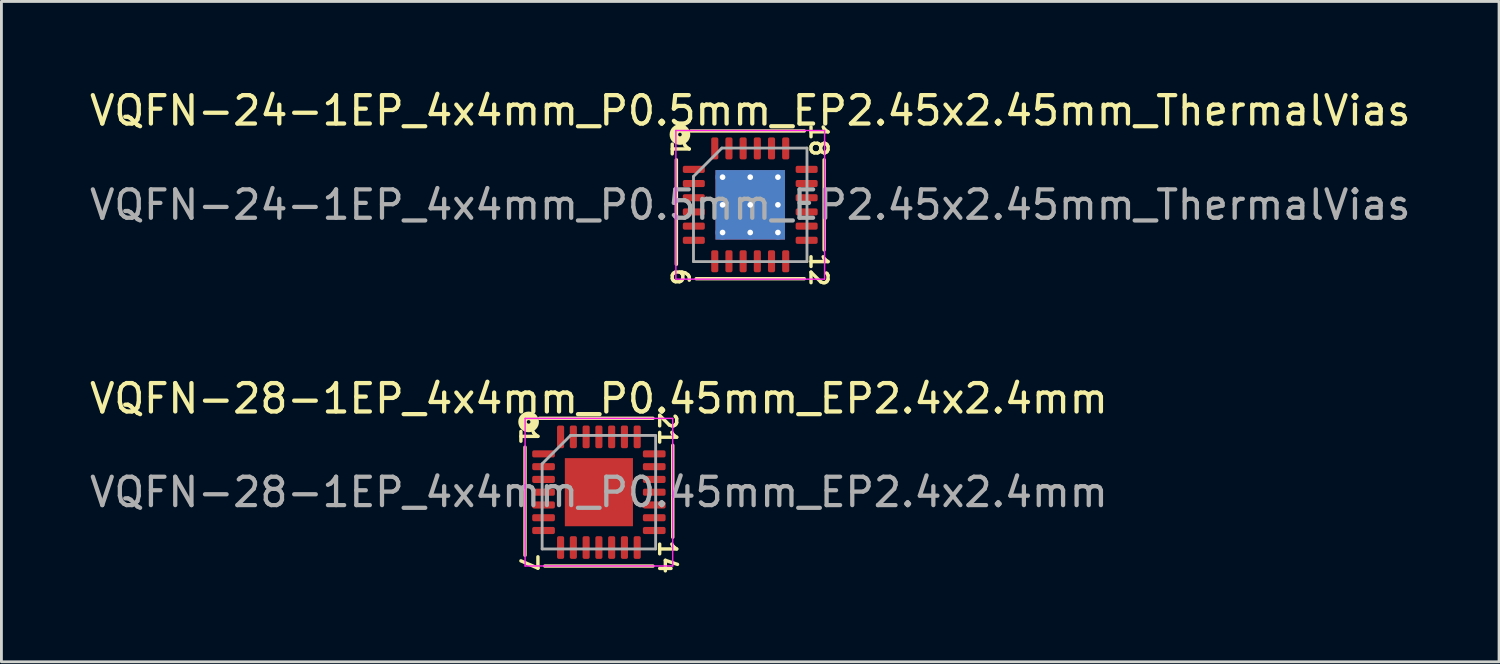
<source format=kicad_pcb>
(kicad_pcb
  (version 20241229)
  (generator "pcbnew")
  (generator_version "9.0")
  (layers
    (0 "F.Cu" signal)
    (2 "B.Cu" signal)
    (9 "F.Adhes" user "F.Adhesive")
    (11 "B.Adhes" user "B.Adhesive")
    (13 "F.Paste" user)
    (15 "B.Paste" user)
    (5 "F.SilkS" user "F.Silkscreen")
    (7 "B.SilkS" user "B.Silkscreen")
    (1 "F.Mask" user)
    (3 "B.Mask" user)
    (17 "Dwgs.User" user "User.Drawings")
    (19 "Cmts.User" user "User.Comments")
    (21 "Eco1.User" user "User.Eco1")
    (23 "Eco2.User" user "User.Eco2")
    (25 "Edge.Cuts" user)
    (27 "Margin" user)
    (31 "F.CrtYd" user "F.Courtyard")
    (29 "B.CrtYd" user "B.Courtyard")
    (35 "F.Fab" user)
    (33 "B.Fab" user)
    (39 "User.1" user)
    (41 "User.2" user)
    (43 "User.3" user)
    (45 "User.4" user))
  (footprint "VQFN-28-1EP_4x4mm_P0.45mm_EP2.4x2.4mm"
    (layer "F.Cu")
    (at 18.054 14.294)
    (property "Reference" "VQFN-28-1EP_4x4mm_P0.45mm_EP2.4x2.4mm" (at 0 -3.3 0) (layer "F.SilkS") (effects (font (size 1 1) (thickness 0.15))))
    (attr smd)
    (fp_line (start -2.603 -1.587) (end -2.603 2.223) (stroke (width 0.12) (type solid)) (layer "F.SilkS"))
    (fp_line (start -1.905 2.603) (end 1.905 2.603) (stroke (width 0.12) (type solid)) (layer "F.SilkS"))
    (fp_line (start 1.905 -2.603) (end -2.095 -2.603) (stroke (width 0.12) (type solid)) (layer "F.SilkS"))
    (fp_line (start 2.603 1.587) (end 2.603 -1.651) (stroke (width 0.12) (type solid)) (layer "F.SilkS"))
    (fp_circle (center -2.477 -2.477) (end -2.413 -2.477) (stroke (width 0.3) (type solid)) (fill no) (layer "F.SilkS"))
    (fp_line (start -2.6 -2.6) (end -2.6 2.6) (stroke (width 0.05) (type solid)) (layer "F.CrtYd"))
    (fp_line (start -2.6 2.6) (end 2.6 2.6) (stroke (width 0.05) (type solid)) (layer "F.CrtYd"))
    (fp_line (start 2.6 -2.6) (end -2.6 -2.6) (stroke (width 0.05) (type solid)) (layer "F.CrtYd"))
    (fp_line (start 2.6 2.6) (end 2.6 -2.6) (stroke (width 0.05) (type solid)) (layer "F.CrtYd"))
    (fp_line (start -2 -1) (end -1 -2) (stroke (width 0.1) (type solid)) (layer "F.Fab"))
    (fp_line (start -2 2) (end -2 -1) (stroke (width 0.1) (type solid)) (layer "F.Fab"))
    (fp_line (start -1 -2) (end 2 -2) (stroke (width 0.1) (type solid)) (layer "F.Fab"))
    (fp_line (start 2 -2) (end 2 2) (stroke (width 0.1) (type solid)) (layer "F.Fab"))
    (fp_line (start 2 2) (end -2 2) (stroke (width 0.1) (type solid)) (layer "F.Fab"))
    (fp_text user "14" (at 2.413 2.286 270) (unlocked yes) (layer "F.SilkS") (effects (font (size 0.6 0.6) (thickness 0.12))))
    (fp_text user "1" (at -2.477 -1.968 270) (unlocked yes) (layer "F.SilkS") (effects (font (size 0.6 0.6) (thickness 0.12))))
    (fp_text user "21" (at 2.413 -2.223 270) (unlocked yes) (layer "F.SilkS") (effects (font (size 0.6 0.6) (thickness 0.12))))
    (fp_text user "7" (at -2.477 2.477 270) (unlocked yes) (layer "F.SilkS") (effects (font (size 0.6 0.6) (thickness 0.12))))
    (fp_text user "${REFERENCE}" (at 0 0 0) (layer "F.Fab") (effects (font (size 1 1) (thickness 0.15))))
    (pad "" smd roundrect (at -0.6 -0.6) (size 0.97 0.97) (layers "F.Paste") (roundrect_rratio 0.25))
    (pad "" smd roundrect (at -0.6 0.6) (size 0.97 0.97) (layers "F.Paste") (roundrect_rratio 0.25))
    (pad "" smd roundrect (at 0.6 -0.6) (size 0.97 0.97) (layers "F.Paste") (roundrect_rratio 0.25))
    (pad "" smd roundrect (at 0.6 0.6) (size 0.97 0.97) (layers "F.Paste") (roundrect_rratio 0.25))
    (pad "1" smd roundrect (at -1.95 -1.35) (size 0.8 0.25) (layers "F.Cu" "F.Mask" "F.Paste") (roundrect_rratio 0.25))
    (pad "2" smd roundrect (at -1.95 -0.9) (size 0.8 0.25) (layers "F.Cu" "F.Mask" "F.Paste") (roundrect_rratio 0.25))
    (pad "3" smd roundrect (at -1.95 -0.45) (size 0.8 0.25) (layers "F.Cu" "F.Mask" "F.Paste") (roundrect_rratio 0.25))
    (pad "4" smd roundrect (at -1.95 0) (size 0.8 0.25) (layers "F.Cu" "F.Mask" "F.Paste") (roundrect_rratio 0.25))
    (pad "5" smd roundrect (at -1.95 0.45) (size 0.8 0.25) (layers "F.Cu" "F.Mask" "F.Paste") (roundrect_rratio 0.25))
    (pad "6" smd roundrect (at -1.95 0.9) (size 0.8 0.25) (layers "F.Cu" "F.Mask" "F.Paste") (roundrect_rratio 0.25))
    (pad "7" smd roundrect (at -1.95 1.35) (size 0.8 0.25) (layers "F.Cu" "F.Mask" "F.Paste") (roundrect_rratio 0.25))
    (pad "8" smd roundrect (at -1.35 1.95) (size 0.25 0.8) (layers "F.Cu" "F.Mask" "F.Paste") (roundrect_rratio 0.25))
    (pad "9" smd roundrect (at -0.9 1.95) (size 0.25 0.8) (layers "F.Cu" "F.Mask" "F.Paste") (roundrect_rratio 0.25))
    (pad "10" smd roundrect (at -0.45 1.95) (size 0.25 0.8) (layers "F.Cu" "F.Mask" "F.Paste") (roundrect_rratio 0.25))
    (pad "11" smd roundrect (at 0 1.95) (size 0.25 0.8) (layers "F.Cu" "F.Mask" "F.Paste") (roundrect_rratio 0.25))
    (pad "12" smd roundrect (at 0.45 1.95) (size 0.25 0.8) (layers "F.Cu" "F.Mask" "F.Paste") (roundrect_rratio 0.25))
    (pad "13" smd roundrect (at 0.9 1.95) (size 0.25 0.8) (layers "F.Cu" "F.Mask" "F.Paste") (roundrect_rratio 0.25))
    (pad "14" smd roundrect (at 1.35 1.95) (size 0.25 0.8) (layers "F.Cu" "F.Mask" "F.Paste") (roundrect_rratio 0.25))
    (pad "15" smd roundrect (at 1.95 1.35) (size 0.8 0.25) (layers "F.Cu" "F.Mask" "F.Paste") (roundrect_rratio 0.25))
    (pad "16" smd roundrect (at 1.95 0.9) (size 0.8 0.25) (layers "F.Cu" "F.Mask" "F.Paste") (roundrect_rratio 0.25))
    (pad "17" smd roundrect (at 1.95 0.45) (size 0.8 0.25) (layers "F.Cu" "F.Mask" "F.Paste") (roundrect_rratio 0.25))
    (pad "18" smd roundrect (at 1.95 0) (size 0.8 0.25) (layers "F.Cu" "F.Mask" "F.Paste") (roundrect_rratio 0.25))
    (pad "19" smd roundrect (at 1.95 -0.45) (size 0.8 0.25) (layers "F.Cu" "F.Mask" "F.Paste") (roundrect_rratio 0.25))
    (pad "20" smd roundrect (at 1.95 -0.9) (size 0.8 0.25) (layers "F.Cu" "F.Mask" "F.Paste") (roundrect_rratio 0.25))
    (pad "21" smd roundrect (at 1.95 -1.35) (size 0.8 0.25) (layers "F.Cu" "F.Mask" "F.Paste") (roundrect_rratio 0.25))
    (pad "22" smd roundrect (at 1.35 -1.95) (size 0.25 0.8) (layers "F.Cu" "F.Mask" "F.Paste") (roundrect_rratio 0.25))
    (pad "23" smd roundrect (at 0.9 -1.95) (size 0.25 0.8) (layers "F.Cu" "F.Mask" "F.Paste") (roundrect_rratio 0.25))
    (pad "24" smd roundrect (at 0.45 -1.95) (size 0.25 0.8) (layers "F.Cu" "F.Mask" "F.Paste") (roundrect_rratio 0.25))
    (pad "25" smd roundrect (at 0 -1.95) (size 0.25 0.8) (layers "F.Cu" "F.Mask" "F.Paste") (roundrect_rratio 0.25))
    (pad "26" smd roundrect (at -0.45 -1.95) (size 0.25 0.8) (layers "F.Cu" "F.Mask" "F.Paste") (roundrect_rratio 0.25))
    (pad "27" smd roundrect (at -0.9 -1.95) (size 0.25 0.8) (layers "F.Cu" "F.Mask" "F.Paste") (roundrect_rratio 0.25))
    (pad "28" smd roundrect (at -1.35 -1.95) (size 0.25 0.8) (layers "F.Cu" "F.Mask" "F.Paste") (roundrect_rratio 0.25))
    (pad "29" smd rect (at 0 0) (size 2.4 2.4) (layers "F.Cu" "F.Mask")))
  (footprint "VQFN-24-1EP_4x4mm_P0.5mm_EP2.45x2.45mm_ThermalVias"
    (layer "F.Cu")
    (at 23.387 4.168)
    (property "Reference" "VQFN-24-1EP_4x4mm_P0.5mm_EP2.45x2.45mm_ThermalVias" (at 0 -3.32 0) (layer "F.SilkS") (effects (font (size 1 1) (thickness 0.15))))
    (attr smd)
    (fp_line (start -2.603 -1.587) (end -2.603 2.095) (stroke (width 0.12) (type solid)) (layer "F.SilkS"))
    (fp_line (start -1.905 2.603) (end 1.905 2.603) (stroke (width 0.12) (type solid)) (layer "F.SilkS"))
    (fp_line (start 1.905 -2.603) (end -2.095 -2.603) (stroke (width 0.12) (type solid)) (layer "F.SilkS"))
    (fp_line (start 2.603 1.587) (end 2.603 -1.587) (stroke (width 0.12) (type solid)) (layer "F.SilkS"))
    (fp_circle (center -2.477 -2.477) (end -2.413 -2.477) (stroke (width 0.3) (type solid)) (fill no) (layer "F.SilkS"))
    (fp_line (start -2.62 -2.62) (end -2.62 2.62) (stroke (width 0.05) (type solid)) (layer "F.CrtYd"))
    (fp_line (start -2.62 2.62) (end 2.62 2.62) (stroke (width 0.05) (type solid)) (layer "F.CrtYd"))
    (fp_line (start 2.62 -2.62) (end -2.62 -2.62) (stroke (width 0.05) (type solid)) (layer "F.CrtYd"))
    (fp_line (start 2.62 2.62) (end 2.62 -2.62) (stroke (width 0.05) (type solid)) (layer "F.CrtYd"))
    (fp_line (start -2 -1) (end -1 -2) (stroke (width 0.1) (type solid)) (layer "F.Fab"))
    (fp_line (start -2 2) (end -2 -1) (stroke (width 0.1) (type solid)) (layer "F.Fab"))
    (fp_line (start -1 -2) (end 2 -2) (stroke (width 0.1) (type solid)) (layer "F.Fab"))
    (fp_line (start 2 -2) (end 2 2) (stroke (width 0.1) (type solid)) (layer "F.Fab"))
    (fp_line (start 2 2) (end -2 2) (stroke (width 0.1) (type solid)) (layer "F.Fab"))
    (fp_text user "12" (at 2.413 2.286 270) (unlocked yes) (layer "F.SilkS") (effects (font (size 0.6 0.6) (thickness 0.12))))
    (fp_text user "6" (at -2.477 2.54 270) (unlocked yes) (layer "F.SilkS") (effects (font (size 0.6 0.6) (thickness 0.12))))
    (fp_text user "18" (at 2.413 -2.286 270) (unlocked yes) (layer "F.SilkS") (effects (font (size 0.6 0.6) (thickness 0.12))))
    (fp_text user "1" (at -2.477 -1.968 270) (unlocked yes) (layer "F.SilkS") (effects (font (size 0.6 0.6) (thickness 0.12))))
    (fp_text user "${REFERENCE}" (at 0 0 0) (layer "F.Fab") (effects (font (size 1 1) (thickness 0.15))))
    (pad "" smd custom (at -0.487 -0.487) (size 0.756 0.756) (layers "F.Paste") (options (anchor circle)) (primitives (gr_poly (pts (xy 0.301 -0.175) (xy 0.301 0.175) (xy 0.175 0.301) (xy -0.175 0.301) (xy -0.301 0.175) (xy -0.301 -0.175) (xy -0.175 -0.301) (xy 0.175 -0.301)) (width 0.306) (fill yes))))
    (pad "" smd custom (at -0.487 0.487) (size 0.756 0.756) (layers "F.Paste") (options (anchor circle)) (primitives (gr_poly (pts (xy 0.301 -0.175) (xy 0.301 0.175) (xy 0.175 0.301) (xy -0.175 0.301) (xy -0.301 0.175) (xy -0.301 -0.175) (xy -0.175 -0.301) (xy 0.175 -0.301)) (width 0.306) (fill yes))))
    (pad "" smd custom (at 0.487 -0.487) (size 0.756 0.756) (layers "F.Paste") (options (anchor circle)) (primitives (gr_poly (pts (xy 0.301 -0.175) (xy 0.301 0.175) (xy 0.175 0.301) (xy -0.175 0.301) (xy -0.301 0.175) (xy -0.301 -0.175) (xy -0.175 -0.301) (xy 0.175 -0.301)) (width 0.306) (fill yes))))
    (pad "" smd custom (at 0.487 0.487) (size 0.756 0.756) (layers "F.Paste") (options (anchor circle)) (primitives (gr_poly (pts (xy 0.301 -0.175) (xy 0.301 0.175) (xy 0.175 0.301) (xy -0.175 0.301) (xy -0.301 0.175) (xy -0.301 -0.175) (xy -0.175 -0.301) (xy 0.175 -0.301)) (width 0.306) (fill yes))))
    (pad "1" smd roundrect (at -1.988 -1.25) (size 0.775 0.25) (layers "F.Cu" "F.Mask" "F.Paste") (roundrect_rratio 0.25))
    (pad "2" smd roundrect (at -1.988 -0.75) (size 0.775 0.25) (layers "F.Cu" "F.Mask" "F.Paste") (roundrect_rratio 0.25))
    (pad "3" smd roundrect (at -1.988 -0.25) (size 0.775 0.25) (layers "F.Cu" "F.Mask" "F.Paste") (roundrect_rratio 0.25))
    (pad "4" smd roundrect (at -1.988 0.25) (size 0.775 0.25) (layers "F.Cu" "F.Mask" "F.Paste") (roundrect_rratio 0.25))
    (pad "5" smd roundrect (at -1.988 0.75) (size 0.775 0.25) (layers "F.Cu" "F.Mask" "F.Paste") (roundrect_rratio 0.25))
    (pad "6" smd roundrect (at -1.988 1.25) (size 0.775 0.25) (layers "F.Cu" "F.Mask" "F.Paste") (roundrect_rratio 0.25))
    (pad "7" smd roundrect (at -1.25 1.988) (size 0.25 0.775) (layers "F.Cu" "F.Mask" "F.Paste") (roundrect_rratio 0.25))
    (pad "8" smd roundrect (at -0.75 1.988) (size 0.25 0.775) (layers "F.Cu" "F.Mask" "F.Paste") (roundrect_rratio 0.25))
    (pad "9" smd roundrect (at -0.25 1.988) (size 0.25 0.775) (layers "F.Cu" "F.Mask" "F.Paste") (roundrect_rratio 0.25))
    (pad "10" smd roundrect (at 0.25 1.988) (size 0.25 0.775) (layers "F.Cu" "F.Mask" "F.Paste") (roundrect_rratio 0.25))
    (pad "11" smd roundrect (at 0.75 1.988) (size 0.25 0.775) (layers "F.Cu" "F.Mask" "F.Paste") (roundrect_rratio 0.25))
    (pad "12" smd roundrect (at 1.25 1.988) (size 0.25 0.775) (layers "F.Cu" "F.Mask" "F.Paste") (roundrect_rratio 0.25))
    (pad "13" smd roundrect (at 1.988 1.25) (size 0.775 0.25) (layers "F.Cu" "F.Mask" "F.Paste") (roundrect_rratio 0.25))
    (pad "14" smd roundrect (at 1.988 0.75) (size 0.775 0.25) (layers "F.Cu" "F.Mask" "F.Paste") (roundrect_rratio 0.25))
    (pad "15" smd roundrect (at 1.988 0.25) (size 0.775 0.25) (layers "F.Cu" "F.Mask" "F.Paste") (roundrect_rratio 0.25))
    (pad "16" smd roundrect (at 1.988 -0.25) (size 0.775 0.25) (layers "F.Cu" "F.Mask" "F.Paste") (roundrect_rratio 0.25))
    (pad "17" smd roundrect (at 1.988 -0.75) (size 0.775 0.25) (layers "F.Cu" "F.Mask" "F.Paste") (roundrect_rratio 0.25))
    (pad "18" smd roundrect (at 1.988 -1.25) (size 0.775 0.25) (layers "F.Cu" "F.Mask" "F.Paste") (roundrect_rratio 0.25))
    (pad "19" smd roundrect (at 1.25 -1.988) (size 0.25 0.775) (layers "F.Cu" "F.Mask" "F.Paste") (roundrect_rratio 0.25))
    (pad "20" smd roundrect (at 0.75 -1.988) (size 0.25 0.775) (layers "F.Cu" "F.Mask" "F.Paste") (roundrect_rratio 0.25))
    (pad "21" smd roundrect (at 0.25 -1.988) (size 0.25 0.775) (layers "F.Cu" "F.Mask" "F.Paste") (roundrect_rratio 0.25))
    (pad "22" smd roundrect (at -0.25 -1.988) (size 0.25 0.775) (layers "F.Cu" "F.Mask" "F.Paste") (roundrect_rratio 0.25))
    (pad "23" smd roundrect (at -0.75 -1.988) (size 0.25 0.775) (layers "F.Cu" "F.Mask" "F.Paste") (roundrect_rratio 0.25))
    (pad "24" smd roundrect (at -1.25 -1.988) (size 0.25 0.775) (layers "F.Cu" "F.Mask" "F.Paste") (roundrect_rratio 0.25))
    (pad "25" thru_hole circle (at -0.975 -0.975) (size 0.5 0.5) (drill 0.2) (layers "*.Cu"))
    (pad "25" thru_hole circle (at -0.975 0) (size 0.5 0.5) (drill 0.2) (layers "*.Cu"))
    (pad "25" thru_hole circle (at -0.975 0.975) (size 0.5 0.5) (drill 0.2) (layers "*.Cu"))
    (pad "25" thru_hole circle (at 0 -0.975) (size 0.5 0.5) (drill 0.2) (layers "*.Cu"))
    (pad "25" thru_hole circle (at 0 0) (size 0.5 0.5) (drill 0.2) (layers "*.Cu"))
    (pad "25" smd rect (at 0 0) (size 2.45 2.45) (layers "F.Cu" "F.Mask"))
    (pad "25" smd rect (at 0 0) (size 2.45 2.45) (layers "B.Cu" "B.Mask"))
    (pad "25" thru_hole circle (at 0 0.975) (size 0.5 0.5) (drill 0.2) (layers "*.Cu"))
    (pad "25" thru_hole circle (at 0.975 -0.975) (size 0.5 0.5) (drill 0.2) (layers "*.Cu"))
    (pad "25" thru_hole circle (at 0.975 0) (size 0.5 0.5) (drill 0.2) (layers "*.Cu"))
    (pad "25" thru_hole circle (at 0.975 0.975) (size 0.5 0.5) (drill 0.2) (layers "*.Cu")))
  (gr_rect
    (start -3 -3)
    (end 49.774 20.271)
    (stroke (width 0.1) (type default))
    (fill no)
    (layer "Edge.Cuts")))
</source>
